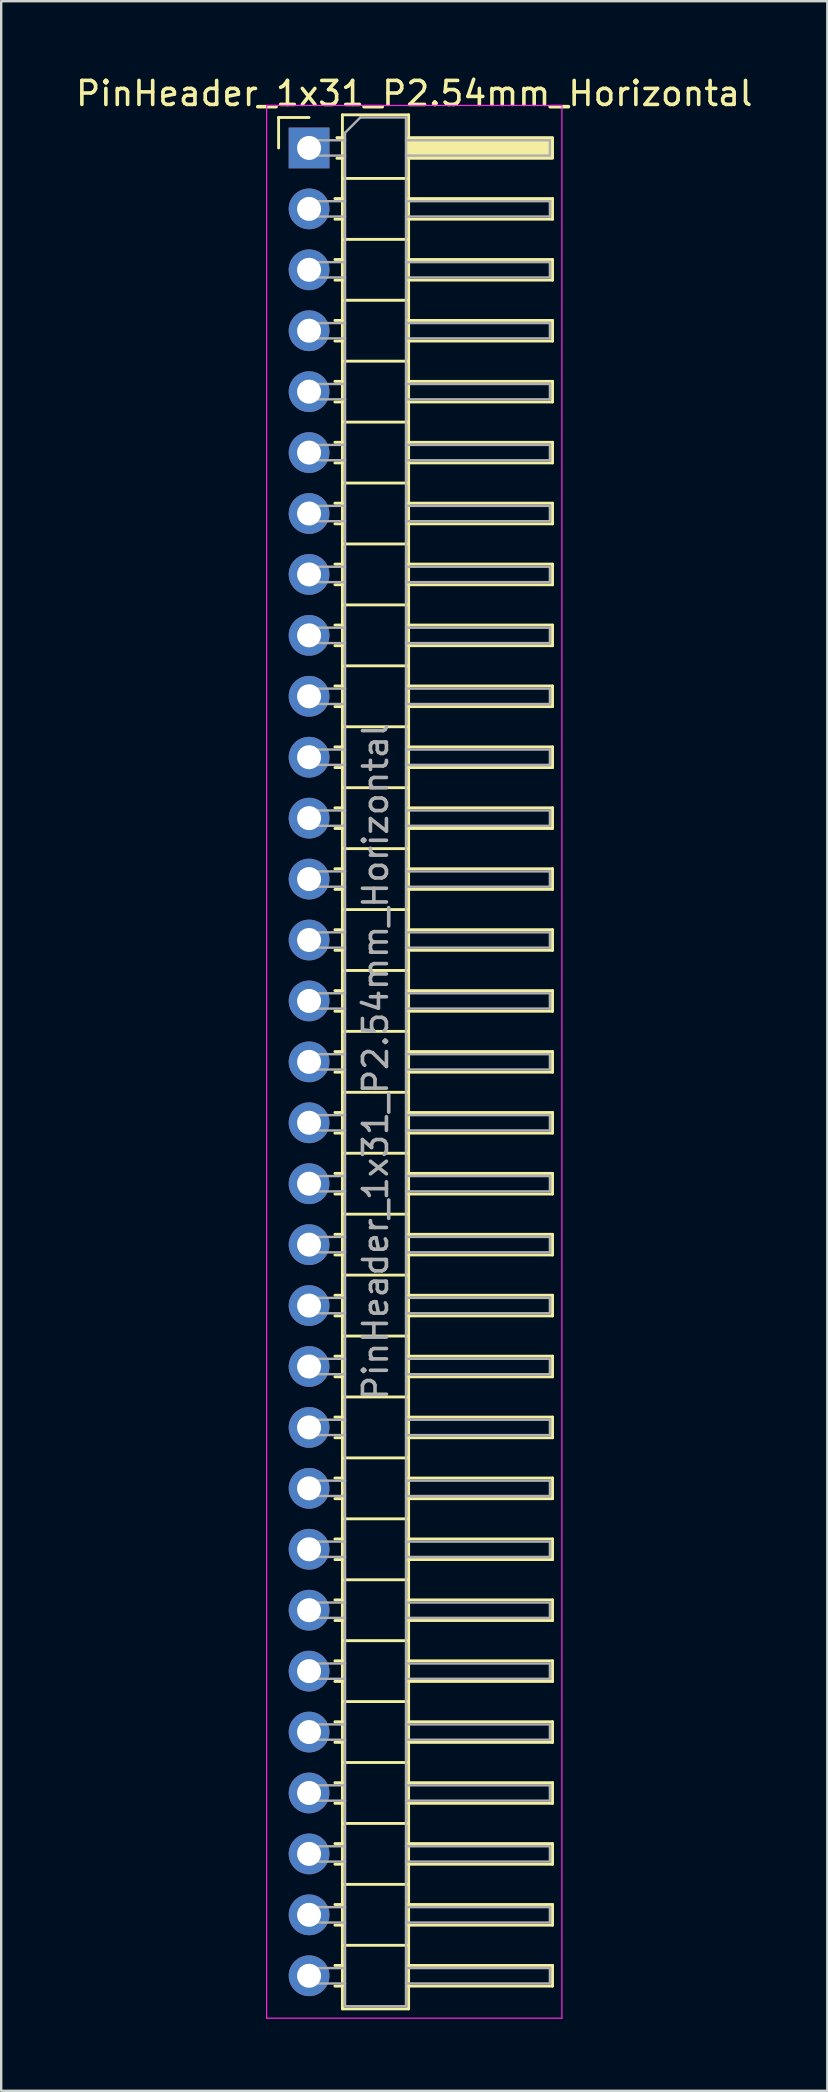
<source format=kicad_pcb>
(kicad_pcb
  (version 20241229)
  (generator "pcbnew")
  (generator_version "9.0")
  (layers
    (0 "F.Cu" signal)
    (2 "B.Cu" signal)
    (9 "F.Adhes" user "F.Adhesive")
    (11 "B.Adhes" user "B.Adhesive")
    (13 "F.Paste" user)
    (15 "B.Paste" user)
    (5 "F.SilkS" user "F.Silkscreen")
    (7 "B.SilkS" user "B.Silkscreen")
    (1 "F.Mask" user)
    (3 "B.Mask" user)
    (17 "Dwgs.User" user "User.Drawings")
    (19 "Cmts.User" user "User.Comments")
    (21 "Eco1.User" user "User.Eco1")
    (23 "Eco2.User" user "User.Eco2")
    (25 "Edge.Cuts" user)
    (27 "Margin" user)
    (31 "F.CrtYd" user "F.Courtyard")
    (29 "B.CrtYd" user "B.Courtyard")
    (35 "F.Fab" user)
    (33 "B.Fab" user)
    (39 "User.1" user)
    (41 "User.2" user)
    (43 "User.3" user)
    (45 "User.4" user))
  (footprint "PinHeader_1x31_P2.54mm_Horizontal"
    (layer "F.Cu")
    (at 9.835 3.118)
    (property "Reference" "PinHeader_1x31_P2.54mm_Horizontal" (at 4.385 -2.27 0) (layer "F.SilkS") (effects (font (size 1 1) (thickness 0.15))))
    (attr through_hole)
    (fp_line (start -1.27 -1.27) (end 0 -1.27) (stroke (width 0.12) (type solid)) (layer "F.SilkS"))
    (fp_line (start -1.27 0) (end -1.27 -1.27) (stroke (width 0.12) (type solid)) (layer "F.SilkS"))
    (fp_line (start 1.077 2.11) (end 1.39 2.11) (stroke (width 0.12) (type solid)) (layer "F.SilkS"))
    (fp_line (start 1.077 2.97) (end 1.39 2.97) (stroke (width 0.12) (type solid)) (layer "F.SilkS"))
    (fp_line (start 1.077 4.65) (end 1.39 4.65) (stroke (width 0.12) (type solid)) (layer "F.SilkS"))
    (fp_line (start 1.077 5.51) (end 1.39 5.51) (stroke (width 0.12) (type solid)) (layer "F.SilkS"))
    (fp_line (start 1.077 7.19) (end 1.39 7.19) (stroke (width 0.12) (type solid)) (layer "F.SilkS"))
    (fp_line (start 1.077 8.05) (end 1.39 8.05) (stroke (width 0.12) (type solid)) (layer "F.SilkS"))
    (fp_line (start 1.077 9.73) (end 1.39 9.73) (stroke (width 0.12) (type solid)) (layer "F.SilkS"))
    (fp_line (start 1.077 10.59) (end 1.39 10.59) (stroke (width 0.12) (type solid)) (layer "F.SilkS"))
    (fp_line (start 1.077 12.27) (end 1.39 12.27) (stroke (width 0.12) (type solid)) (layer "F.SilkS"))
    (fp_line (start 1.077 13.13) (end 1.39 13.13) (stroke (width 0.12) (type solid)) (layer "F.SilkS"))
    (fp_line (start 1.077 14.81) (end 1.39 14.81) (stroke (width 0.12) (type solid)) (layer "F.SilkS"))
    (fp_line (start 1.077 15.67) (end 1.39 15.67) (stroke (width 0.12) (type solid)) (layer "F.SilkS"))
    (fp_line (start 1.077 17.35) (end 1.39 17.35) (stroke (width 0.12) (type solid)) (layer "F.SilkS"))
    (fp_line (start 1.077 18.21) (end 1.39 18.21) (stroke (width 0.12) (type solid)) (layer "F.SilkS"))
    (fp_line (start 1.077 19.89) (end 1.39 19.89) (stroke (width 0.12) (type solid)) (layer "F.SilkS"))
    (fp_line (start 1.077 20.75) (end 1.39 20.75) (stroke (width 0.12) (type solid)) (layer "F.SilkS"))
    (fp_line (start 1.077 22.43) (end 1.39 22.43) (stroke (width 0.12) (type solid)) (layer "F.SilkS"))
    (fp_line (start 1.077 23.29) (end 1.39 23.29) (stroke (width 0.12) (type solid)) (layer "F.SilkS"))
    (fp_line (start 1.077 24.97) (end 1.39 24.97) (stroke (width 0.12) (type solid)) (layer "F.SilkS"))
    (fp_line (start 1.077 25.83) (end 1.39 25.83) (stroke (width 0.12) (type solid)) (layer "F.SilkS"))
    (fp_line (start 1.077 27.51) (end 1.39 27.51) (stroke (width 0.12) (type solid)) (layer "F.SilkS"))
    (fp_line (start 1.077 28.37) (end 1.39 28.37) (stroke (width 0.12) (type solid)) (layer "F.SilkS"))
    (fp_line (start 1.077 30.05) (end 1.39 30.05) (stroke (width 0.12) (type solid)) (layer "F.SilkS"))
    (fp_line (start 1.077 30.91) (end 1.39 30.91) (stroke (width 0.12) (type solid)) (layer "F.SilkS"))
    (fp_line (start 1.077 32.59) (end 1.39 32.59) (stroke (width 0.12) (type solid)) (layer "F.SilkS"))
    (fp_line (start 1.077 33.45) (end 1.39 33.45) (stroke (width 0.12) (type solid)) (layer "F.SilkS"))
    (fp_line (start 1.077 35.13) (end 1.39 35.13) (stroke (width 0.12) (type solid)) (layer "F.SilkS"))
    (fp_line (start 1.077 35.99) (end 1.39 35.99) (stroke (width 0.12) (type solid)) (layer "F.SilkS"))
    (fp_line (start 1.077 37.67) (end 1.39 37.67) (stroke (width 0.12) (type solid)) (layer "F.SilkS"))
    (fp_line (start 1.077 38.53) (end 1.39 38.53) (stroke (width 0.12) (type solid)) (layer "F.SilkS"))
    (fp_line (start 1.077 40.21) (end 1.39 40.21) (stroke (width 0.12) (type solid)) (layer "F.SilkS"))
    (fp_line (start 1.077 41.07) (end 1.39 41.07) (stroke (width 0.12) (type solid)) (layer "F.SilkS"))
    (fp_line (start 1.077 42.75) (end 1.39 42.75) (stroke (width 0.12) (type solid)) (layer "F.SilkS"))
    (fp_line (start 1.077 43.61) (end 1.39 43.61) (stroke (width 0.12) (type solid)) (layer "F.SilkS"))
    (fp_line (start 1.077 45.29) (end 1.39 45.29) (stroke (width 0.12) (type solid)) (layer "F.SilkS"))
    (fp_line (start 1.077 46.15) (end 1.39 46.15) (stroke (width 0.12) (type solid)) (layer "F.SilkS"))
    (fp_line (start 1.077 47.83) (end 1.39 47.83) (stroke (width 0.12) (type solid)) (layer "F.SilkS"))
    (fp_line (start 1.077 48.69) (end 1.39 48.69) (stroke (width 0.12) (type solid)) (layer "F.SilkS"))
    (fp_line (start 1.077 50.37) (end 1.39 50.37) (stroke (width 0.12) (type solid)) (layer "F.SilkS"))
    (fp_line (start 1.077 51.23) (end 1.39 51.23) (stroke (width 0.12) (type solid)) (layer "F.SilkS"))
    (fp_line (start 1.077 52.91) (end 1.39 52.91) (stroke (width 0.12) (type solid)) (layer "F.SilkS"))
    (fp_line (start 1.077 53.77) (end 1.39 53.77) (stroke (width 0.12) (type solid)) (layer "F.SilkS"))
    (fp_line (start 1.077 55.45) (end 1.39 55.45) (stroke (width 0.12) (type solid)) (layer "F.SilkS"))
    (fp_line (start 1.077 56.31) (end 1.39 56.31) (stroke (width 0.12) (type solid)) (layer "F.SilkS"))
    (fp_line (start 1.077 57.99) (end 1.39 57.99) (stroke (width 0.12) (type solid)) (layer "F.SilkS"))
    (fp_line (start 1.077 58.85) (end 1.39 58.85) (stroke (width 0.12) (type solid)) (layer "F.SilkS"))
    (fp_line (start 1.077 60.53) (end 1.39 60.53) (stroke (width 0.12) (type solid)) (layer "F.SilkS"))
    (fp_line (start 1.077 61.39) (end 1.39 61.39) (stroke (width 0.12) (type solid)) (layer "F.SilkS"))
    (fp_line (start 1.077 63.07) (end 1.39 63.07) (stroke (width 0.12) (type solid)) (layer "F.SilkS"))
    (fp_line (start 1.077 63.93) (end 1.39 63.93) (stroke (width 0.12) (type solid)) (layer "F.SilkS"))
    (fp_line (start 1.077 65.61) (end 1.39 65.61) (stroke (width 0.12) (type solid)) (layer "F.SilkS"))
    (fp_line (start 1.077 66.47) (end 1.39 66.47) (stroke (width 0.12) (type solid)) (layer "F.SilkS"))
    (fp_line (start 1.077 68.15) (end 1.39 68.15) (stroke (width 0.12) (type solid)) (layer "F.SilkS"))
    (fp_line (start 1.077 69.01) (end 1.39 69.01) (stroke (width 0.12) (type solid)) (layer "F.SilkS"))
    (fp_line (start 1.077 70.69) (end 1.39 70.69) (stroke (width 0.12) (type solid)) (layer "F.SilkS"))
    (fp_line (start 1.077 71.55) (end 1.39 71.55) (stroke (width 0.12) (type solid)) (layer "F.SilkS"))
    (fp_line (start 1.077 73.23) (end 1.39 73.23) (stroke (width 0.12) (type solid)) (layer "F.SilkS"))
    (fp_line (start 1.077 74.09) (end 1.39 74.09) (stroke (width 0.12) (type solid)) (layer "F.SilkS"))
    (fp_line (start 1.077 75.77) (end 1.39 75.77) (stroke (width 0.12) (type solid)) (layer "F.SilkS"))
    (fp_line (start 1.077 76.63) (end 1.39 76.63) (stroke (width 0.12) (type solid)) (layer "F.SilkS"))
    (fp_line (start 1.16 -0.43) (end 1.39 -0.43) (stroke (width 0.12) (type solid)) (layer "F.SilkS"))
    (fp_line (start 1.16 0.43) (end 1.39 0.43) (stroke (width 0.12) (type solid)) (layer "F.SilkS"))
    (fp_line (start 1.39 -1.38) (end 1.39 77.58) (stroke (width 0.12) (type solid)) (layer "F.SilkS"))
    (fp_line (start 1.39 1.27) (end 4.15 1.27) (stroke (width 0.12) (type solid)) (layer "F.SilkS"))
    (fp_line (start 1.39 3.81) (end 4.15 3.81) (stroke (width 0.12) (type solid)) (layer "F.SilkS"))
    (fp_line (start 1.39 6.35) (end 4.15 6.35) (stroke (width 0.12) (type solid)) (layer "F.SilkS"))
    (fp_line (start 1.39 8.89) (end 4.15 8.89) (stroke (width 0.12) (type solid)) (layer "F.SilkS"))
    (fp_line (start 1.39 11.43) (end 4.15 11.43) (stroke (width 0.12) (type solid)) (layer "F.SilkS"))
    (fp_line (start 1.39 13.97) (end 4.15 13.97) (stroke (width 0.12) (type solid)) (layer "F.SilkS"))
    (fp_line (start 1.39 16.51) (end 4.15 16.51) (stroke (width 0.12) (type solid)) (layer "F.SilkS"))
    (fp_line (start 1.39 19.05) (end 4.15 19.05) (stroke (width 0.12) (type solid)) (layer "F.SilkS"))
    (fp_line (start 1.39 21.59) (end 4.15 21.59) (stroke (width 0.12) (type solid)) (layer "F.SilkS"))
    (fp_line (start 1.39 24.13) (end 4.15 24.13) (stroke (width 0.12) (type solid)) (layer "F.SilkS"))
    (fp_line (start 1.39 26.67) (end 4.15 26.67) (stroke (width 0.12) (type solid)) (layer "F.SilkS"))
    (fp_line (start 1.39 29.21) (end 4.15 29.21) (stroke (width 0.12) (type solid)) (layer "F.SilkS"))
    (fp_line (start 1.39 31.75) (end 4.15 31.75) (stroke (width 0.12) (type solid)) (layer "F.SilkS"))
    (fp_line (start 1.39 34.29) (end 4.15 34.29) (stroke (width 0.12) (type solid)) (layer "F.SilkS"))
    (fp_line (start 1.39 36.83) (end 4.15 36.83) (stroke (width 0.12) (type solid)) (layer "F.SilkS"))
    (fp_line (start 1.39 39.37) (end 4.15 39.37) (stroke (width 0.12) (type solid)) (layer "F.SilkS"))
    (fp_line (start 1.39 41.91) (end 4.15 41.91) (stroke (width 0.12) (type solid)) (layer "F.SilkS"))
    (fp_line (start 1.39 44.45) (end 4.15 44.45) (stroke (width 0.12) (type solid)) (layer "F.SilkS"))
    (fp_line (start 1.39 46.99) (end 4.15 46.99) (stroke (width 0.12) (type solid)) (layer "F.SilkS"))
    (fp_line (start 1.39 49.53) (end 4.15 49.53) (stroke (width 0.12) (type solid)) (layer "F.SilkS"))
    (fp_line (start 1.39 52.07) (end 4.15 52.07) (stroke (width 0.12) (type solid)) (layer "F.SilkS"))
    (fp_line (start 1.39 54.61) (end 4.15 54.61) (stroke (width 0.12) (type solid)) (layer "F.SilkS"))
    (fp_line (start 1.39 57.15) (end 4.15 57.15) (stroke (width 0.12) (type solid)) (layer "F.SilkS"))
    (fp_line (start 1.39 59.69) (end 4.15 59.69) (stroke (width 0.12) (type solid)) (layer "F.SilkS"))
    (fp_line (start 1.39 62.23) (end 4.15 62.23) (stroke (width 0.12) (type solid)) (layer "F.SilkS"))
    (fp_line (start 1.39 64.77) (end 4.15 64.77) (stroke (width 0.12) (type solid)) (layer "F.SilkS"))
    (fp_line (start 1.39 67.31) (end 4.15 67.31) (stroke (width 0.12) (type solid)) (layer "F.SilkS"))
    (fp_line (start 1.39 69.85) (end 4.15 69.85) (stroke (width 0.12) (type solid)) (layer "F.SilkS"))
    (fp_line (start 1.39 72.39) (end 4.15 72.39) (stroke (width 0.12) (type solid)) (layer "F.SilkS"))
    (fp_line (start 1.39 74.93) (end 4.15 74.93) (stroke (width 0.12) (type solid)) (layer "F.SilkS"))
    (fp_line (start 1.39 77.58) (end 4.15 77.58) (stroke (width 0.12) (type solid)) (layer "F.SilkS"))
    (fp_line (start 4.15 -1.38) (end 1.39 -1.38) (stroke (width 0.12) (type solid)) (layer "F.SilkS"))
    (fp_line (start 4.15 2.11) (end 10.15 2.11) (stroke (width 0.12) (type solid)) (layer "F.SilkS"))
    (fp_line (start 4.15 4.65) (end 10.15 4.65) (stroke (width 0.12) (type solid)) (layer "F.SilkS"))
    (fp_line (start 4.15 7.19) (end 10.15 7.19) (stroke (width 0.12) (type solid)) (layer "F.SilkS"))
    (fp_line (start 4.15 9.73) (end 10.15 9.73) (stroke (width 0.12) (type solid)) (layer "F.SilkS"))
    (fp_line (start 4.15 12.27) (end 10.15 12.27) (stroke (width 0.12) (type solid)) (layer "F.SilkS"))
    (fp_line (start 4.15 14.81) (end 10.15 14.81) (stroke (width 0.12) (type solid)) (layer "F.SilkS"))
    (fp_line (start 4.15 17.35) (end 10.15 17.35) (stroke (width 0.12) (type solid)) (layer "F.SilkS"))
    (fp_line (start 4.15 19.89) (end 10.15 19.89) (stroke (width 0.12) (type solid)) (layer "F.SilkS"))
    (fp_line (start 4.15 22.43) (end 10.15 22.43) (stroke (width 0.12) (type solid)) (layer "F.SilkS"))
    (fp_line (start 4.15 24.97) (end 10.15 24.97) (stroke (width 0.12) (type solid)) (layer "F.SilkS"))
    (fp_line (start 4.15 27.51) (end 10.15 27.51) (stroke (width 0.12) (type solid)) (layer "F.SilkS"))
    (fp_line (start 4.15 30.05) (end 10.15 30.05) (stroke (width 0.12) (type solid)) (layer "F.SilkS"))
    (fp_line (start 4.15 32.59) (end 10.15 32.59) (stroke (width 0.12) (type solid)) (layer "F.SilkS"))
    (fp_line (start 4.15 35.13) (end 10.15 35.13) (stroke (width 0.12) (type solid)) (layer "F.SilkS"))
    (fp_line (start 4.15 37.67) (end 10.15 37.67) (stroke (width 0.12) (type solid)) (layer "F.SilkS"))
    (fp_line (start 4.15 40.21) (end 10.15 40.21) (stroke (width 0.12) (type solid)) (layer "F.SilkS"))
    (fp_line (start 4.15 42.75) (end 10.15 42.75) (stroke (width 0.12) (type solid)) (layer "F.SilkS"))
    (fp_line (start 4.15 45.29) (end 10.15 45.29) (stroke (width 0.12) (type solid)) (layer "F.SilkS"))
    (fp_line (start 4.15 47.83) (end 10.15 47.83) (stroke (width 0.12) (type solid)) (layer "F.SilkS"))
    (fp_line (start 4.15 50.37) (end 10.15 50.37) (stroke (width 0.12) (type solid)) (layer "F.SilkS"))
    (fp_line (start 4.15 52.91) (end 10.15 52.91) (stroke (width 0.12) (type solid)) (layer "F.SilkS"))
    (fp_line (start 4.15 55.45) (end 10.15 55.45) (stroke (width 0.12) (type solid)) (layer "F.SilkS"))
    (fp_line (start 4.15 57.99) (end 10.15 57.99) (stroke (width 0.12) (type solid)) (layer "F.SilkS"))
    (fp_line (start 4.15 60.53) (end 10.15 60.53) (stroke (width 0.12) (type solid)) (layer "F.SilkS"))
    (fp_line (start 4.15 63.07) (end 10.15 63.07) (stroke (width 0.12) (type solid)) (layer "F.SilkS"))
    (fp_line (start 4.15 65.61) (end 10.15 65.61) (stroke (width 0.12) (type solid)) (layer "F.SilkS"))
    (fp_line (start 4.15 68.15) (end 10.15 68.15) (stroke (width 0.12) (type solid)) (layer "F.SilkS"))
    (fp_line (start 4.15 70.69) (end 10.15 70.69) (stroke (width 0.12) (type solid)) (layer "F.SilkS"))
    (fp_line (start 4.15 73.23) (end 10.15 73.23) (stroke (width 0.12) (type solid)) (layer "F.SilkS"))
    (fp_line (start 4.15 75.77) (end 10.15 75.77) (stroke (width 0.12) (type solid)) (layer "F.SilkS"))
    (fp_line (start 4.15 77.58) (end 4.15 -1.38) (stroke (width 0.12) (type solid)) (layer "F.SilkS"))
    (fp_line (start 10.15 2.11) (end 10.15 2.97) (stroke (width 0.12) (type solid)) (layer "F.SilkS"))
    (fp_line (start 10.15 2.97) (end 4.15 2.97) (stroke (width 0.12) (type solid)) (layer "F.SilkS"))
    (fp_line (start 10.15 4.65) (end 10.15 5.51) (stroke (width 0.12) (type solid)) (layer "F.SilkS"))
    (fp_line (start 10.15 5.51) (end 4.15 5.51) (stroke (width 0.12) (type solid)) (layer "F.SilkS"))
    (fp_line (start 10.15 7.19) (end 10.15 8.05) (stroke (width 0.12) (type solid)) (layer "F.SilkS"))
    (fp_line (start 10.15 8.05) (end 4.15 8.05) (stroke (width 0.12) (type solid)) (layer "F.SilkS"))
    (fp_line (start 10.15 9.73) (end 10.15 10.59) (stroke (width 0.12) (type solid)) (layer "F.SilkS"))
    (fp_line (start 10.15 10.59) (end 4.15 10.59) (stroke (width 0.12) (type solid)) (layer "F.SilkS"))
    (fp_line (start 10.15 12.27) (end 10.15 13.13) (stroke (width 0.12) (type solid)) (layer "F.SilkS"))
    (fp_line (start 10.15 13.13) (end 4.15 13.13) (stroke (width 0.12) (type solid)) (layer "F.SilkS"))
    (fp_line (start 10.15 14.81) (end 10.15 15.67) (stroke (width 0.12) (type solid)) (layer "F.SilkS"))
    (fp_line (start 10.15 15.67) (end 4.15 15.67) (stroke (width 0.12) (type solid)) (layer "F.SilkS"))
    (fp_line (start 10.15 17.35) (end 10.15 18.21) (stroke (width 0.12) (type solid)) (layer "F.SilkS"))
    (fp_line (start 10.15 18.21) (end 4.15 18.21) (stroke (width 0.12) (type solid)) (layer "F.SilkS"))
    (fp_line (start 10.15 19.89) (end 10.15 20.75) (stroke (width 0.12) (type solid)) (layer "F.SilkS"))
    (fp_line (start 10.15 20.75) (end 4.15 20.75) (stroke (width 0.12) (type solid)) (layer "F.SilkS"))
    (fp_line (start 10.15 22.43) (end 10.15 23.29) (stroke (width 0.12) (type solid)) (layer "F.SilkS"))
    (fp_line (start 10.15 23.29) (end 4.15 23.29) (stroke (width 0.12) (type solid)) (layer "F.SilkS"))
    (fp_line (start 10.15 24.97) (end 10.15 25.83) (stroke (width 0.12) (type solid)) (layer "F.SilkS"))
    (fp_line (start 10.15 25.83) (end 4.15 25.83) (stroke (width 0.12) (type solid)) (layer "F.SilkS"))
    (fp_line (start 10.15 27.51) (end 10.15 28.37) (stroke (width 0.12) (type solid)) (layer "F.SilkS"))
    (fp_line (start 10.15 28.37) (end 4.15 28.37) (stroke (width 0.12) (type solid)) (layer "F.SilkS"))
    (fp_line (start 10.15 30.05) (end 10.15 30.91) (stroke (width 0.12) (type solid)) (layer "F.SilkS"))
    (fp_line (start 10.15 30.91) (end 4.15 30.91) (stroke (width 0.12) (type solid)) (layer "F.SilkS"))
    (fp_line (start 10.15 32.59) (end 10.15 33.45) (stroke (width 0.12) (type solid)) (layer "F.SilkS"))
    (fp_line (start 10.15 33.45) (end 4.15 33.45) (stroke (width 0.12) (type solid)) (layer "F.SilkS"))
    (fp_line (start 10.15 35.13) (end 10.15 35.99) (stroke (width 0.12) (type solid)) (layer "F.SilkS"))
    (fp_line (start 10.15 35.99) (end 4.15 35.99) (stroke (width 0.12) (type solid)) (layer "F.SilkS"))
    (fp_line (start 10.15 37.67) (end 10.15 38.53) (stroke (width 0.12) (type solid)) (layer "F.SilkS"))
    (fp_line (start 10.15 38.53) (end 4.15 38.53) (stroke (width 0.12) (type solid)) (layer "F.SilkS"))
    (fp_line (start 10.15 40.21) (end 10.15 41.07) (stroke (width 0.12) (type solid)) (layer "F.SilkS"))
    (fp_line (start 10.15 41.07) (end 4.15 41.07) (stroke (width 0.12) (type solid)) (layer "F.SilkS"))
    (fp_line (start 10.15 42.75) (end 10.15 43.61) (stroke (width 0.12) (type solid)) (layer "F.SilkS"))
    (fp_line (start 10.15 43.61) (end 4.15 43.61) (stroke (width 0.12) (type solid)) (layer "F.SilkS"))
    (fp_line (start 10.15 45.29) (end 10.15 46.15) (stroke (width 0.12) (type solid)) (layer "F.SilkS"))
    (fp_line (start 10.15 46.15) (end 4.15 46.15) (stroke (width 0.12) (type solid)) (layer "F.SilkS"))
    (fp_line (start 10.15 47.83) (end 10.15 48.69) (stroke (width 0.12) (type solid)) (layer "F.SilkS"))
    (fp_line (start 10.15 48.69) (end 4.15 48.69) (stroke (width 0.12) (type solid)) (layer "F.SilkS"))
    (fp_line (start 10.15 50.37) (end 10.15 51.23) (stroke (width 0.12) (type solid)) (layer "F.SilkS"))
    (fp_line (start 10.15 51.23) (end 4.15 51.23) (stroke (width 0.12) (type solid)) (layer "F.SilkS"))
    (fp_line (start 10.15 52.91) (end 10.15 53.77) (stroke (width 0.12) (type solid)) (layer "F.SilkS"))
    (fp_line (start 10.15 53.77) (end 4.15 53.77) (stroke (width 0.12) (type solid)) (layer "F.SilkS"))
    (fp_line (start 10.15 55.45) (end 10.15 56.31) (stroke (width 0.12) (type solid)) (layer "F.SilkS"))
    (fp_line (start 10.15 56.31) (end 4.15 56.31) (stroke (width 0.12) (type solid)) (layer "F.SilkS"))
    (fp_line (start 10.15 57.99) (end 10.15 58.85) (stroke (width 0.12) (type solid)) (layer "F.SilkS"))
    (fp_line (start 10.15 58.85) (end 4.15 58.85) (stroke (width 0.12) (type solid)) (layer "F.SilkS"))
    (fp_line (start 10.15 60.53) (end 10.15 61.39) (stroke (width 0.12) (type solid)) (layer "F.SilkS"))
    (fp_line (start 10.15 61.39) (end 4.15 61.39) (stroke (width 0.12) (type solid)) (layer "F.SilkS"))
    (fp_line (start 10.15 63.07) (end 10.15 63.93) (stroke (width 0.12) (type solid)) (layer "F.SilkS"))
    (fp_line (start 10.15 63.93) (end 4.15 63.93) (stroke (width 0.12) (type solid)) (layer "F.SilkS"))
    (fp_line (start 10.15 65.61) (end 10.15 66.47) (stroke (width 0.12) (type solid)) (layer "F.SilkS"))
    (fp_line (start 10.15 66.47) (end 4.15 66.47) (stroke (width 0.12) (type solid)) (layer "F.SilkS"))
    (fp_line (start 10.15 68.15) (end 10.15 69.01) (stroke (width 0.12) (type solid)) (layer "F.SilkS"))
    (fp_line (start 10.15 69.01) (end 4.15 69.01) (stroke (width 0.12) (type solid)) (layer "F.SilkS"))
    (fp_line (start 10.15 70.69) (end 10.15 71.55) (stroke (width 0.12) (type solid)) (layer "F.SilkS"))
    (fp_line (start 10.15 71.55) (end 4.15 71.55) (stroke (width 0.12) (type solid)) (layer "F.SilkS"))
    (fp_line (start 10.15 73.23) (end 10.15 74.09) (stroke (width 0.12) (type solid)) (layer "F.SilkS"))
    (fp_line (start 10.15 74.09) (end 4.15 74.09) (stroke (width 0.12) (type solid)) (layer "F.SilkS"))
    (fp_line (start 10.15 75.77) (end 10.15 76.63) (stroke (width 0.12) (type solid)) (layer "F.SilkS"))
    (fp_line (start 10.15 76.63) (end 4.15 76.63) (stroke (width 0.12) (type solid)) (layer "F.SilkS"))
    (fp_rect (start 4.15 -0.43) (end 10.15 0.43) (stroke (width 0.12) (type solid)) (fill yes) (layer "F.SilkS"))
    (fp_line (start -1.77 -1.77) (end -1.77 77.97) (stroke (width 0.05) (type solid)) (layer "F.CrtYd"))
    (fp_line (start -1.77 77.97) (end 10.54 77.97) (stroke (width 0.05) (type solid)) (layer "F.CrtYd"))
    (fp_line (start 10.54 -1.77) (end -1.77 -1.77) (stroke (width 0.05) (type solid)) (layer "F.CrtYd"))
    (fp_line (start 10.54 77.97) (end 10.54 -1.77) (stroke (width 0.05) (type solid)) (layer "F.CrtYd"))
    (fp_line (start -0.32 -0.32) (end -0.32 0.32) (stroke (width 0.1) (type solid)) (layer "F.Fab"))
    (fp_line (start -0.32 -0.32) (end 1.5 -0.32) (stroke (width 0.1) (type solid)) (layer "F.Fab"))
    (fp_line (start -0.32 0.32) (end 1.5 0.32) (stroke (width 0.1) (type solid)) (layer "F.Fab"))
    (fp_line (start -0.32 2.22) (end -0.32 2.86) (stroke (width 0.1) (type solid)) (layer "F.Fab"))
    (fp_line (start -0.32 2.22) (end 1.5 2.22) (stroke (width 0.1) (type solid)) (layer "F.Fab"))
    (fp_line (start -0.32 2.86) (end 1.5 2.86) (stroke (width 0.1) (type solid)) (layer "F.Fab"))
    (fp_line (start -0.32 4.76) (end -0.32 5.4) (stroke (width 0.1) (type solid)) (layer "F.Fab"))
    (fp_line (start -0.32 4.76) (end 1.5 4.76) (stroke (width 0.1) (type solid)) (layer "F.Fab"))
    (fp_line (start -0.32 5.4) (end 1.5 5.4) (stroke (width 0.1) (type solid)) (layer "F.Fab"))
    (fp_line (start -0.32 7.3) (end -0.32 7.94) (stroke (width 0.1) (type solid)) (layer "F.Fab"))
    (fp_line (start -0.32 7.3) (end 1.5 7.3) (stroke (width 0.1) (type solid)) (layer "F.Fab"))
    (fp_line (start -0.32 7.94) (end 1.5 7.94) (stroke (width 0.1) (type solid)) (layer "F.Fab"))
    (fp_line (start -0.32 9.84) (end -0.32 10.48) (stroke (width 0.1) (type solid)) (layer "F.Fab"))
    (fp_line (start -0.32 9.84) (end 1.5 9.84) (stroke (width 0.1) (type solid)) (layer "F.Fab"))
    (fp_line (start -0.32 10.48) (end 1.5 10.48) (stroke (width 0.1) (type solid)) (layer "F.Fab"))
    (fp_line (start -0.32 12.38) (end -0.32 13.02) (stroke (width 0.1) (type solid)) (layer "F.Fab"))
    (fp_line (start -0.32 12.38) (end 1.5 12.38) (stroke (width 0.1) (type solid)) (layer "F.Fab"))
    (fp_line (start -0.32 13.02) (end 1.5 13.02) (stroke (width 0.1) (type solid)) (layer "F.Fab"))
    (fp_line (start -0.32 14.92) (end -0.32 15.56) (stroke (width 0.1) (type solid)) (layer "F.Fab"))
    (fp_line (start -0.32 14.92) (end 1.5 14.92) (stroke (width 0.1) (type solid)) (layer "F.Fab"))
    (fp_line (start -0.32 15.56) (end 1.5 15.56) (stroke (width 0.1) (type solid)) (layer "F.Fab"))
    (fp_line (start -0.32 17.46) (end -0.32 18.1) (stroke (width 0.1) (type solid)) (layer "F.Fab"))
    (fp_line (start -0.32 17.46) (end 1.5 17.46) (stroke (width 0.1) (type solid)) (layer "F.Fab"))
    (fp_line (start -0.32 18.1) (end 1.5 18.1) (stroke (width 0.1) (type solid)) (layer "F.Fab"))
    (fp_line (start -0.32 20) (end -0.32 20.64) (stroke (width 0.1) (type solid)) (layer "F.Fab"))
    (fp_line (start -0.32 20) (end 1.5 20) (stroke (width 0.1) (type solid)) (layer "F.Fab"))
    (fp_line (start -0.32 20.64) (end 1.5 20.64) (stroke (width 0.1) (type solid)) (layer "F.Fab"))
    (fp_line (start -0.32 22.54) (end -0.32 23.18) (stroke (width 0.1) (type solid)) (layer "F.Fab"))
    (fp_line (start -0.32 22.54) (end 1.5 22.54) (stroke (width 0.1) (type solid)) (layer "F.Fab"))
    (fp_line (start -0.32 23.18) (end 1.5 23.18) (stroke (width 0.1) (type solid)) (layer "F.Fab"))
    (fp_line (start -0.32 25.08) (end -0.32 25.72) (stroke (width 0.1) (type solid)) (layer "F.Fab"))
    (fp_line (start -0.32 25.08) (end 1.5 25.08) (stroke (width 0.1) (type solid)) (layer "F.Fab"))
    (fp_line (start -0.32 25.72) (end 1.5 25.72) (stroke (width 0.1) (type solid)) (layer "F.Fab"))
    (fp_line (start -0.32 27.62) (end -0.32 28.26) (stroke (width 0.1) (type solid)) (layer "F.Fab"))
    (fp_line (start -0.32 27.62) (end 1.5 27.62) (stroke (width 0.1) (type solid)) (layer "F.Fab"))
    (fp_line (start -0.32 28.26) (end 1.5 28.26) (stroke (width 0.1) (type solid)) (layer "F.Fab"))
    (fp_line (start -0.32 30.16) (end -0.32 30.8) (stroke (width 0.1) (type solid)) (layer "F.Fab"))
    (fp_line (start -0.32 30.16) (end 1.5 30.16) (stroke (width 0.1) (type solid)) (layer "F.Fab"))
    (fp_line (start -0.32 30.8) (end 1.5 30.8) (stroke (width 0.1) (type solid)) (layer "F.Fab"))
    (fp_line (start -0.32 32.7) (end -0.32 33.34) (stroke (width 0.1) (type solid)) (layer "F.Fab"))
    (fp_line (start -0.32 32.7) (end 1.5 32.7) (stroke (width 0.1) (type solid)) (layer "F.Fab"))
    (fp_line (start -0.32 33.34) (end 1.5 33.34) (stroke (width 0.1) (type solid)) (layer "F.Fab"))
    (fp_line (start -0.32 35.24) (end -0.32 35.88) (stroke (width 0.1) (type solid)) (layer "F.Fab"))
    (fp_line (start -0.32 35.24) (end 1.5 35.24) (stroke (width 0.1) (type solid)) (layer "F.Fab"))
    (fp_line (start -0.32 35.88) (end 1.5 35.88) (stroke (width 0.1) (type solid)) (layer "F.Fab"))
    (fp_line (start -0.32 37.78) (end -0.32 38.42) (stroke (width 0.1) (type solid)) (layer "F.Fab"))
    (fp_line (start -0.32 37.78) (end 1.5 37.78) (stroke (width 0.1) (type solid)) (layer "F.Fab"))
    (fp_line (start -0.32 38.42) (end 1.5 38.42) (stroke (width 0.1) (type solid)) (layer "F.Fab"))
    (fp_line (start -0.32 40.32) (end -0.32 40.96) (stroke (width 0.1) (type solid)) (layer "F.Fab"))
    (fp_line (start -0.32 40.32) (end 1.5 40.32) (stroke (width 0.1) (type solid)) (layer "F.Fab"))
    (fp_line (start -0.32 40.96) (end 1.5 40.96) (stroke (width 0.1) (type solid)) (layer "F.Fab"))
    (fp_line (start -0.32 42.86) (end -0.32 43.5) (stroke (width 0.1) (type solid)) (layer "F.Fab"))
    (fp_line (start -0.32 42.86) (end 1.5 42.86) (stroke (width 0.1) (type solid)) (layer "F.Fab"))
    (fp_line (start -0.32 43.5) (end 1.5 43.5) (stroke (width 0.1) (type solid)) (layer "F.Fab"))
    (fp_line (start -0.32 45.4) (end -0.32 46.04) (stroke (width 0.1) (type solid)) (layer "F.Fab"))
    (fp_line (start -0.32 45.4) (end 1.5 45.4) (stroke (width 0.1) (type solid)) (layer "F.Fab"))
    (fp_line (start -0.32 46.04) (end 1.5 46.04) (stroke (width 0.1) (type solid)) (layer "F.Fab"))
    (fp_line (start -0.32 47.94) (end -0.32 48.58) (stroke (width 0.1) (type solid)) (layer "F.Fab"))
    (fp_line (start -0.32 47.94) (end 1.5 47.94) (stroke (width 0.1) (type solid)) (layer "F.Fab"))
    (fp_line (start -0.32 48.58) (end 1.5 48.58) (stroke (width 0.1) (type solid)) (layer "F.Fab"))
    (fp_line (start -0.32 50.48) (end -0.32 51.12) (stroke (width 0.1) (type solid)) (layer "F.Fab"))
    (fp_line (start -0.32 50.48) (end 1.5 50.48) (stroke (width 0.1) (type solid)) (layer "F.Fab"))
    (fp_line (start -0.32 51.12) (end 1.5 51.12) (stroke (width 0.1) (type solid)) (layer "F.Fab"))
    (fp_line (start -0.32 53.02) (end -0.32 53.66) (stroke (width 0.1) (type solid)) (layer "F.Fab"))
    (fp_line (start -0.32 53.02) (end 1.5 53.02) (stroke (width 0.1) (type solid)) (layer "F.Fab"))
    (fp_line (start -0.32 53.66) (end 1.5 53.66) (stroke (width 0.1) (type solid)) (layer "F.Fab"))
    (fp_line (start -0.32 55.56) (end -0.32 56.2) (stroke (width 0.1) (type solid)) (layer "F.Fab"))
    (fp_line (start -0.32 55.56) (end 1.5 55.56) (stroke (width 0.1) (type solid)) (layer "F.Fab"))
    (fp_line (start -0.32 56.2) (end 1.5 56.2) (stroke (width 0.1) (type solid)) (layer "F.Fab"))
    (fp_line (start -0.32 58.1) (end -0.32 58.74) (stroke (width 0.1) (type solid)) (layer "F.Fab"))
    (fp_line (start -0.32 58.1) (end 1.5 58.1) (stroke (width 0.1) (type solid)) (layer "F.Fab"))
    (fp_line (start -0.32 58.74) (end 1.5 58.74) (stroke (width 0.1) (type solid)) (layer "F.Fab"))
    (fp_line (start -0.32 60.64) (end -0.32 61.28) (stroke (width 0.1) (type solid)) (layer "F.Fab"))
    (fp_line (start -0.32 60.64) (end 1.5 60.64) (stroke (width 0.1) (type solid)) (layer "F.Fab"))
    (fp_line (start -0.32 61.28) (end 1.5 61.28) (stroke (width 0.1) (type solid)) (layer "F.Fab"))
    (fp_line (start -0.32 63.18) (end -0.32 63.82) (stroke (width 0.1) (type solid)) (layer "F.Fab"))
    (fp_line (start -0.32 63.18) (end 1.5 63.18) (stroke (width 0.1) (type solid)) (layer "F.Fab"))
    (fp_line (start -0.32 63.82) (end 1.5 63.82) (stroke (width 0.1) (type solid)) (layer "F.Fab"))
    (fp_line (start -0.32 65.72) (end -0.32 66.36) (stroke (width 0.1) (type solid)) (layer "F.Fab"))
    (fp_line (start -0.32 65.72) (end 1.5 65.72) (stroke (width 0.1) (type solid)) (layer "F.Fab"))
    (fp_line (start -0.32 66.36) (end 1.5 66.36) (stroke (width 0.1) (type solid)) (layer "F.Fab"))
    (fp_line (start -0.32 68.26) (end -0.32 68.9) (stroke (width 0.1) (type solid)) (layer "F.Fab"))
    (fp_line (start -0.32 68.26) (end 1.5 68.26) (stroke (width 0.1) (type solid)) (layer "F.Fab"))
    (fp_line (start -0.32 68.9) (end 1.5 68.9) (stroke (width 0.1) (type solid)) (layer "F.Fab"))
    (fp_line (start -0.32 70.8) (end -0.32 71.44) (stroke (width 0.1) (type solid)) (layer "F.Fab"))
    (fp_line (start -0.32 70.8) (end 1.5 70.8) (stroke (width 0.1) (type solid)) (layer "F.Fab"))
    (fp_line (start -0.32 71.44) (end 1.5 71.44) (stroke (width 0.1) (type solid)) (layer "F.Fab"))
    (fp_line (start -0.32 73.34) (end -0.32 73.98) (stroke (width 0.1) (type solid)) (layer "F.Fab"))
    (fp_line (start -0.32 73.34) (end 1.5 73.34) (stroke (width 0.1) (type solid)) (layer "F.Fab"))
    (fp_line (start -0.32 73.98) (end 1.5 73.98) (stroke (width 0.1) (type solid)) (layer "F.Fab"))
    (fp_line (start -0.32 75.88) (end -0.32 76.52) (stroke (width 0.1) (type solid)) (layer "F.Fab"))
    (fp_line (start -0.32 75.88) (end 1.5 75.88) (stroke (width 0.1) (type solid)) (layer "F.Fab"))
    (fp_line (start -0.32 76.52) (end 1.5 76.52) (stroke (width 0.1) (type solid)) (layer "F.Fab"))
    (fp_line (start 1.5 -0.635) (end 2.135 -1.27) (stroke (width 0.1) (type solid)) (layer "F.Fab"))
    (fp_line (start 1.5 77.47) (end 1.5 -0.635) (stroke (width 0.1) (type solid)) (layer "F.Fab"))
    (fp_line (start 2.135 -1.27) (end 4.04 -1.27) (stroke (width 0.1) (type solid)) (layer "F.Fab"))
    (fp_line (start 4.04 -1.27) (end 4.04 77.47) (stroke (width 0.1) (type solid)) (layer "F.Fab"))
    (fp_line (start 4.04 -0.32) (end 10.04 -0.32) (stroke (width 0.1) (type solid)) (layer "F.Fab"))
    (fp_line (start 4.04 0.32) (end 10.04 0.32) (stroke (width 0.1) (type solid)) (layer "F.Fab"))
    (fp_line (start 4.04 2.22) (end 10.04 2.22) (stroke (width 0.1) (type solid)) (layer "F.Fab"))
    (fp_line (start 4.04 2.86) (end 10.04 2.86) (stroke (width 0.1) (type solid)) (layer "F.Fab"))
    (fp_line (start 4.04 4.76) (end 10.04 4.76) (stroke (width 0.1) (type solid)) (layer "F.Fab"))
    (fp_line (start 4.04 5.4) (end 10.04 5.4) (stroke (width 0.1) (type solid)) (layer "F.Fab"))
    (fp_line (start 4.04 7.3) (end 10.04 7.3) (stroke (width 0.1) (type solid)) (layer "F.Fab"))
    (fp_line (start 4.04 7.94) (end 10.04 7.94) (stroke (width 0.1) (type solid)) (layer "F.Fab"))
    (fp_line (start 4.04 9.84) (end 10.04 9.84) (stroke (width 0.1) (type solid)) (layer "F.Fab"))
    (fp_line (start 4.04 10.48) (end 10.04 10.48) (stroke (width 0.1) (type solid)) (layer "F.Fab"))
    (fp_line (start 4.04 12.38) (end 10.04 12.38) (stroke (width 0.1) (type solid)) (layer "F.Fab"))
    (fp_line (start 4.04 13.02) (end 10.04 13.02) (stroke (width 0.1) (type solid)) (layer "F.Fab"))
    (fp_line (start 4.04 14.92) (end 10.04 14.92) (stroke (width 0.1) (type solid)) (layer "F.Fab"))
    (fp_line (start 4.04 15.56) (end 10.04 15.56) (stroke (width 0.1) (type solid)) (layer "F.Fab"))
    (fp_line (start 4.04 17.46) (end 10.04 17.46) (stroke (width 0.1) (type solid)) (layer "F.Fab"))
    (fp_line (start 4.04 18.1) (end 10.04 18.1) (stroke (width 0.1) (type solid)) (layer "F.Fab"))
    (fp_line (start 4.04 20) (end 10.04 20) (stroke (width 0.1) (type solid)) (layer "F.Fab"))
    (fp_line (start 4.04 20.64) (end 10.04 20.64) (stroke (width 0.1) (type solid)) (layer "F.Fab"))
    (fp_line (start 4.04 22.54) (end 10.04 22.54) (stroke (width 0.1) (type solid)) (layer "F.Fab"))
    (fp_line (start 4.04 23.18) (end 10.04 23.18) (stroke (width 0.1) (type solid)) (layer "F.Fab"))
    (fp_line (start 4.04 25.08) (end 10.04 25.08) (stroke (width 0.1) (type solid)) (layer "F.Fab"))
    (fp_line (start 4.04 25.72) (end 10.04 25.72) (stroke (width 0.1) (type solid)) (layer "F.Fab"))
    (fp_line (start 4.04 27.62) (end 10.04 27.62) (stroke (width 0.1) (type solid)) (layer "F.Fab"))
    (fp_line (start 4.04 28.26) (end 10.04 28.26) (stroke (width 0.1) (type solid)) (layer "F.Fab"))
    (fp_line (start 4.04 30.16) (end 10.04 30.16) (stroke (width 0.1) (type solid)) (layer "F.Fab"))
    (fp_line (start 4.04 30.8) (end 10.04 30.8) (stroke (width 0.1) (type solid)) (layer "F.Fab"))
    (fp_line (start 4.04 32.7) (end 10.04 32.7) (stroke (width 0.1) (type solid)) (layer "F.Fab"))
    (fp_line (start 4.04 33.34) (end 10.04 33.34) (stroke (width 0.1) (type solid)) (layer "F.Fab"))
    (fp_line (start 4.04 35.24) (end 10.04 35.24) (stroke (width 0.1) (type solid)) (layer "F.Fab"))
    (fp_line (start 4.04 35.88) (end 10.04 35.88) (stroke (width 0.1) (type solid)) (layer "F.Fab"))
    (fp_line (start 4.04 37.78) (end 10.04 37.78) (stroke (width 0.1) (type solid)) (layer "F.Fab"))
    (fp_line (start 4.04 38.42) (end 10.04 38.42) (stroke (width 0.1) (type solid)) (layer "F.Fab"))
    (fp_line (start 4.04 40.32) (end 10.04 40.32) (stroke (width 0.1) (type solid)) (layer "F.Fab"))
    (fp_line (start 4.04 40.96) (end 10.04 40.96) (stroke (width 0.1) (type solid)) (layer "F.Fab"))
    (fp_line (start 4.04 42.86) (end 10.04 42.86) (stroke (width 0.1) (type solid)) (layer "F.Fab"))
    (fp_line (start 4.04 43.5) (end 10.04 43.5) (stroke (width 0.1) (type solid)) (layer "F.Fab"))
    (fp_line (start 4.04 45.4) (end 10.04 45.4) (stroke (width 0.1) (type solid)) (layer "F.Fab"))
    (fp_line (start 4.04 46.04) (end 10.04 46.04) (stroke (width 0.1) (type solid)) (layer "F.Fab"))
    (fp_line (start 4.04 47.94) (end 10.04 47.94) (stroke (width 0.1) (type solid)) (layer "F.Fab"))
    (fp_line (start 4.04 48.58) (end 10.04 48.58) (stroke (width 0.1) (type solid)) (layer "F.Fab"))
    (fp_line (start 4.04 50.48) (end 10.04 50.48) (stroke (width 0.1) (type solid)) (layer "F.Fab"))
    (fp_line (start 4.04 51.12) (end 10.04 51.12) (stroke (width 0.1) (type solid)) (layer "F.Fab"))
    (fp_line (start 4.04 53.02) (end 10.04 53.02) (stroke (width 0.1) (type solid)) (layer "F.Fab"))
    (fp_line (start 4.04 53.66) (end 10.04 53.66) (stroke (width 0.1) (type solid)) (layer "F.Fab"))
    (fp_line (start 4.04 55.56) (end 10.04 55.56) (stroke (width 0.1) (type solid)) (layer "F.Fab"))
    (fp_line (start 4.04 56.2) (end 10.04 56.2) (stroke (width 0.1) (type solid)) (layer "F.Fab"))
    (fp_line (start 4.04 58.1) (end 10.04 58.1) (stroke (width 0.1) (type solid)) (layer "F.Fab"))
    (fp_line (start 4.04 58.74) (end 10.04 58.74) (stroke (width 0.1) (type solid)) (layer "F.Fab"))
    (fp_line (start 4.04 60.64) (end 10.04 60.64) (stroke (width 0.1) (type solid)) (layer "F.Fab"))
    (fp_line (start 4.04 61.28) (end 10.04 61.28) (stroke (width 0.1) (type solid)) (layer "F.Fab"))
    (fp_line (start 4.04 63.18) (end 10.04 63.18) (stroke (width 0.1) (type solid)) (layer "F.Fab"))
    (fp_line (start 4.04 63.82) (end 10.04 63.82) (stroke (width 0.1) (type solid)) (layer "F.Fab"))
    (fp_line (start 4.04 65.72) (end 10.04 65.72) (stroke (width 0.1) (type solid)) (layer "F.Fab"))
    (fp_line (start 4.04 66.36) (end 10.04 66.36) (stroke (width 0.1) (type solid)) (layer "F.Fab"))
    (fp_line (start 4.04 68.26) (end 10.04 68.26) (stroke (width 0.1) (type solid)) (layer "F.Fab"))
    (fp_line (start 4.04 68.9) (end 10.04 68.9) (stroke (width 0.1) (type solid)) (layer "F.Fab"))
    (fp_line (start 4.04 70.8) (end 10.04 70.8) (stroke (width 0.1) (type solid)) (layer "F.Fab"))
    (fp_line (start 4.04 71.44) (end 10.04 71.44) (stroke (width 0.1) (type solid)) (layer "F.Fab"))
    (fp_line (start 4.04 73.34) (end 10.04 73.34) (stroke (width 0.1) (type solid)) (layer "F.Fab"))
    (fp_line (start 4.04 73.98) (end 10.04 73.98) (stroke (width 0.1) (type solid)) (layer "F.Fab"))
    (fp_line (start 4.04 75.88) (end 10.04 75.88) (stroke (width 0.1) (type solid)) (layer "F.Fab"))
    (fp_line (start 4.04 76.52) (end 10.04 76.52) (stroke (width 0.1) (type solid)) (layer "F.Fab"))
    (fp_line (start 4.04 77.47) (end 1.5 77.47) (stroke (width 0.1) (type solid)) (layer "F.Fab"))
    (fp_line (start 10.04 -0.32) (end 10.04 0.32) (stroke (width 0.1) (type solid)) (layer "F.Fab"))
    (fp_line (start 10.04 2.22) (end 10.04 2.86) (stroke (width 0.1) (type solid)) (layer "F.Fab"))
    (fp_line (start 10.04 4.76) (end 10.04 5.4) (stroke (width 0.1) (type solid)) (layer "F.Fab"))
    (fp_line (start 10.04 7.3) (end 10.04 7.94) (stroke (width 0.1) (type solid)) (layer "F.Fab"))
    (fp_line (start 10.04 9.84) (end 10.04 10.48) (stroke (width 0.1) (type solid)) (layer "F.Fab"))
    (fp_line (start 10.04 12.38) (end 10.04 13.02) (stroke (width 0.1) (type solid)) (layer "F.Fab"))
    (fp_line (start 10.04 14.92) (end 10.04 15.56) (stroke (width 0.1) (type solid)) (layer "F.Fab"))
    (fp_line (start 10.04 17.46) (end 10.04 18.1) (stroke (width 0.1) (type solid)) (layer "F.Fab"))
    (fp_line (start 10.04 20) (end 10.04 20.64) (stroke (width 0.1) (type solid)) (layer "F.Fab"))
    (fp_line (start 10.04 22.54) (end 10.04 23.18) (stroke (width 0.1) (type solid)) (layer "F.Fab"))
    (fp_line (start 10.04 25.08) (end 10.04 25.72) (stroke (width 0.1) (type solid)) (layer "F.Fab"))
    (fp_line (start 10.04 27.62) (end 10.04 28.26) (stroke (width 0.1) (type solid)) (layer "F.Fab"))
    (fp_line (start 10.04 30.16) (end 10.04 30.8) (stroke (width 0.1) (type solid)) (layer "F.Fab"))
    (fp_line (start 10.04 32.7) (end 10.04 33.34) (stroke (width 0.1) (type solid)) (layer "F.Fab"))
    (fp_line (start 10.04 35.24) (end 10.04 35.88) (stroke (width 0.1) (type solid)) (layer "F.Fab"))
    (fp_line (start 10.04 37.78) (end 10.04 38.42) (stroke (width 0.1) (type solid)) (layer "F.Fab"))
    (fp_line (start 10.04 40.32) (end 10.04 40.96) (stroke (width 0.1) (type solid)) (layer "F.Fab"))
    (fp_line (start 10.04 42.86) (end 10.04 43.5) (stroke (width 0.1) (type solid)) (layer "F.Fab"))
    (fp_line (start 10.04 45.4) (end 10.04 46.04) (stroke (width 0.1) (type solid)) (layer "F.Fab"))
    (fp_line (start 10.04 47.94) (end 10.04 48.58) (stroke (width 0.1) (type solid)) (layer "F.Fab"))
    (fp_line (start 10.04 50.48) (end 10.04 51.12) (stroke (width 0.1) (type solid)) (layer "F.Fab"))
    (fp_line (start 10.04 53.02) (end 10.04 53.66) (stroke (width 0.1) (type solid)) (layer "F.Fab"))
    (fp_line (start 10.04 55.56) (end 10.04 56.2) (stroke (width 0.1) (type solid)) (layer "F.Fab"))
    (fp_line (start 10.04 58.1) (end 10.04 58.74) (stroke (width 0.1) (type solid)) (layer "F.Fab"))
    (fp_line (start 10.04 60.64) (end 10.04 61.28) (stroke (width 0.1) (type solid)) (layer "F.Fab"))
    (fp_line (start 10.04 63.18) (end 10.04 63.82) (stroke (width 0.1) (type solid)) (layer "F.Fab"))
    (fp_line (start 10.04 65.72) (end 10.04 66.36) (stroke (width 0.1) (type solid)) (layer "F.Fab"))
    (fp_line (start 10.04 68.26) (end 10.04 68.9) (stroke (width 0.1) (type solid)) (layer "F.Fab"))
    (fp_line (start 10.04 70.8) (end 10.04 71.44) (stroke (width 0.1) (type solid)) (layer "F.Fab"))
    (fp_line (start 10.04 73.34) (end 10.04 73.98) (stroke (width 0.1) (type solid)) (layer "F.Fab"))
    (fp_line (start 10.04 75.88) (end 10.04 76.52) (stroke (width 0.1) (type solid)) (layer "F.Fab"))
    (fp_text user "${REFERENCE}" (at 2.77 38.1 90) (layer "F.Fab") (effects (font (size 1 1) (thickness 0.15))))
    (pad "1" thru_hole rect (at 0 0) (size 1.7 1.7) (drill 1) (layers "*.Cu" "*.Mask"))
    (pad "2" thru_hole circle (at 0 2.54) (size 1.7 1.7) (drill 1) (layers "*.Cu" "*.Mask"))
    (pad "3" thru_hole circle (at 0 5.08) (size 1.7 1.7) (drill 1) (layers "*.Cu" "*.Mask"))
    (pad "4" thru_hole circle (at 0 7.62) (size 1.7 1.7) (drill 1) (layers "*.Cu" "*.Mask"))
    (pad "5" thru_hole circle (at 0 10.16) (size 1.7 1.7) (drill 1) (layers "*.Cu" "*.Mask"))
    (pad "6" thru_hole circle (at 0 12.7) (size 1.7 1.7) (drill 1) (layers "*.Cu" "*.Mask"))
    (pad "7" thru_hole circle (at 0 15.24) (size 1.7 1.7) (drill 1) (layers "*.Cu" "*.Mask"))
    (pad "8" thru_hole circle (at 0 17.78) (size 1.7 1.7) (drill 1) (layers "*.Cu" "*.Mask"))
    (pad "9" thru_hole circle (at 0 20.32) (size 1.7 1.7) (drill 1) (layers "*.Cu" "*.Mask"))
    (pad "10" thru_hole circle (at 0 22.86) (size 1.7 1.7) (drill 1) (layers "*.Cu" "*.Mask"))
    (pad "11" thru_hole circle (at 0 25.4) (size 1.7 1.7) (drill 1) (layers "*.Cu" "*.Mask"))
    (pad "12" thru_hole circle (at 0 27.94) (size 1.7 1.7) (drill 1) (layers "*.Cu" "*.Mask"))
    (pad "13" thru_hole circle (at 0 30.48) (size 1.7 1.7) (drill 1) (layers "*.Cu" "*.Mask"))
    (pad "14" thru_hole circle (at 0 33.02) (size 1.7 1.7) (drill 1) (layers "*.Cu" "*.Mask"))
    (pad "15" thru_hole circle (at 0 35.56) (size 1.7 1.7) (drill 1) (layers "*.Cu" "*.Mask"))
    (pad "16" thru_hole circle (at 0 38.1) (size 1.7 1.7) (drill 1) (layers "*.Cu" "*.Mask"))
    (pad "17" thru_hole circle (at 0 40.64) (size 1.7 1.7) (drill 1) (layers "*.Cu" "*.Mask"))
    (pad "18" thru_hole circle (at 0 43.18) (size 1.7 1.7) (drill 1) (layers "*.Cu" "*.Mask"))
    (pad "19" thru_hole circle (at 0 45.72) (size 1.7 1.7) (drill 1) (layers "*.Cu" "*.Mask"))
    (pad "20" thru_hole circle (at 0 48.26) (size 1.7 1.7) (drill 1) (layers "*.Cu" "*.Mask"))
    (pad "21" thru_hole circle (at 0 50.8) (size 1.7 1.7) (drill 1) (layers "*.Cu" "*.Mask"))
    (pad "22" thru_hole circle (at 0 53.34) (size 1.7 1.7) (drill 1) (layers "*.Cu" "*.Mask"))
    (pad "23" thru_hole circle (at 0 55.88) (size 1.7 1.7) (drill 1) (layers "*.Cu" "*.Mask"))
    (pad "24" thru_hole circle (at 0 58.42) (size 1.7 1.7) (drill 1) (layers "*.Cu" "*.Mask"))
    (pad "25" thru_hole circle (at 0 60.96) (size 1.7 1.7) (drill 1) (layers "*.Cu" "*.Mask"))
    (pad "26" thru_hole circle (at 0 63.5) (size 1.7 1.7) (drill 1) (layers "*.Cu" "*.Mask"))
    (pad "27" thru_hole circle (at 0 66.04) (size 1.7 1.7) (drill 1) (layers "*.Cu" "*.Mask"))
    (pad "28" thru_hole circle (at 0 68.58) (size 1.7 1.7) (drill 1) (layers "*.Cu" "*.Mask"))
    (pad "29" thru_hole circle (at 0 71.12) (size 1.7 1.7) (drill 1) (layers "*.Cu" "*.Mask"))
    (pad "30" thru_hole circle (at 0 73.66) (size 1.7 1.7) (drill 1) (layers "*.Cu" "*.Mask"))
    (pad "31" thru_hole circle (at 0 76.2) (size 1.7 1.7) (drill 1) (layers "*.Cu" "*.Mask")))
  (gr_rect
    (start -3 -3)
    (end 31.44 84.113)
    (stroke (width 0.1) (type default))
    (fill no)
    (layer "Edge.Cuts")))
</source>
